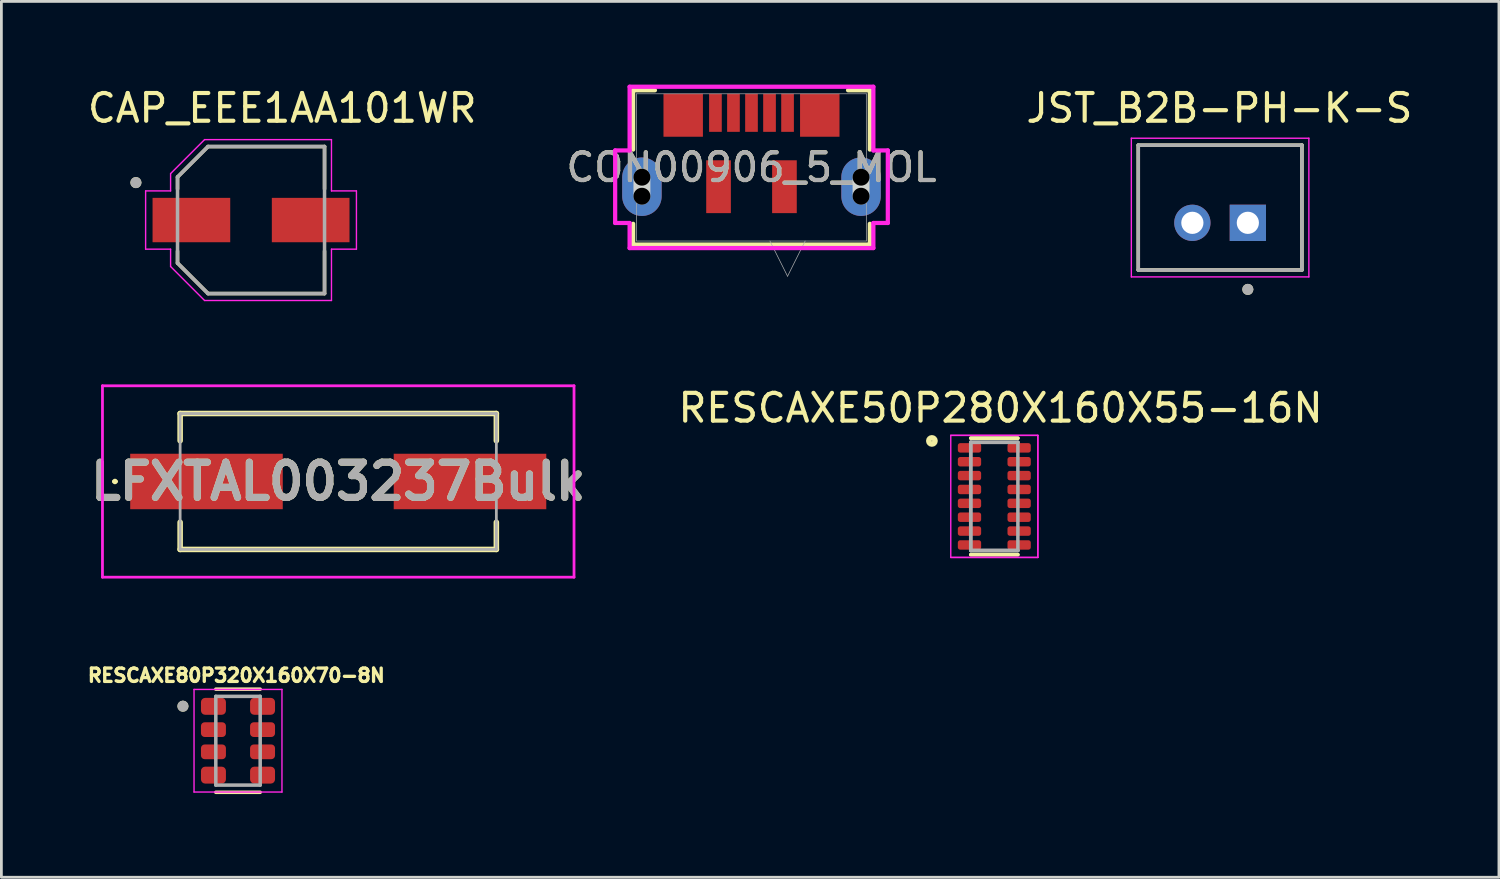
<source format=kicad_pcb>
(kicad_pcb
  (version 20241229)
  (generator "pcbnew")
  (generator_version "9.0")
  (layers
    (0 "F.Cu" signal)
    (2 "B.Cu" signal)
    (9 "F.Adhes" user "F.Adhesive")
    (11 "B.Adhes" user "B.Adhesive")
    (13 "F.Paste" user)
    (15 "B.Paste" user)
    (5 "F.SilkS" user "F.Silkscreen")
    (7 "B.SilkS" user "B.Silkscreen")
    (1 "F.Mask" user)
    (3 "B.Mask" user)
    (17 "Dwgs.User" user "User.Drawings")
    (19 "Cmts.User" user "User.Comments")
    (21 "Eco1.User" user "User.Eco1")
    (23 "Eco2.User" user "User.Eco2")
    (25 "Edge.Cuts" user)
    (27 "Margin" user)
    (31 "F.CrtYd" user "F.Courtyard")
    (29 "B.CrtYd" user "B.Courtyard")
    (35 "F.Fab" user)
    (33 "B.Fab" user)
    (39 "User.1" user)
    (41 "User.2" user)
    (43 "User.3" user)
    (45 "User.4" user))
  (footprint "LFXTAL003237Bulk"
    (layer "F.Cu")
    (at 9.144 14.308)
    (property "Reference" "LFXTAL003237Bulk" (at 0 0 0) (layer "F.SilkS") (effects (font (size 1.27 1.27) (thickness 0.254))))
    (attr smd)
    (fp_line (start -8.1 0) (end -8.1 0) (stroke (width 0.1) (type solid)) (layer "F.SilkS"))
    (fp_line (start -8 0) (end -8 0) (stroke (width 0.1) (type solid)) (layer "F.SilkS"))
    (fp_line (start -5.7 -2.45) (end 5.7 -2.45) (stroke (width 0.2) (type solid)) (layer "F.SilkS"))
    (fp_line (start -5.7 -1.47) (end -5.7 -2.45) (stroke (width 0.2) (type solid)) (layer "F.SilkS"))
    (fp_line (start -5.7 1.47) (end -5.7 2.45) (stroke (width 0.2) (type solid)) (layer "F.SilkS"))
    (fp_line (start -5.7 2.45) (end 5.7 2.45) (stroke (width 0.2) (type solid)) (layer "F.SilkS"))
    (fp_line (start 5.7 -2.45) (end 5.7 -1.47) (stroke (width 0.2) (type solid)) (layer "F.SilkS"))
    (fp_line (start 5.7 2.45) (end 5.7 1.47) (stroke (width 0.2) (type solid)) (layer "F.SilkS"))
    (fp_arc (start -8.1 0) (mid -8.05 -0.05) (end -8 0) (stroke (width 0.1) (type solid)) (layer "F.SilkS"))
    (fp_arc (start -8 0) (mid -8.05 0.05) (end -8.1 0) (stroke (width 0.1) (type solid)) (layer "F.SilkS"))
    (fp_line (start -8.5 -3.45) (end 8.5 -3.45) (stroke (width 0.1) (type solid)) (layer "F.CrtYd"))
    (fp_line (start -8.5 3.45) (end -8.5 -3.45) (stroke (width 0.1) (type solid)) (layer "F.CrtYd"))
    (fp_line (start 8.5 -3.45) (end 8.5 3.45) (stroke (width 0.1) (type solid)) (layer "F.CrtYd"))
    (fp_line (start 8.5 3.45) (end -8.5 3.45) (stroke (width 0.1) (type solid)) (layer "F.CrtYd"))
    (fp_line (start -5.7 -2.45) (end 5.7 -2.45) (stroke (width 0.1) (type solid)) (layer "F.Fab"))
    (fp_line (start -5.7 2.45) (end -5.7 -2.45) (stroke (width 0.1) (type solid)) (layer "F.Fab"))
    (fp_line (start 5.7 -2.45) (end 5.7 2.45) (stroke (width 0.1) (type solid)) (layer "F.Fab"))
    (fp_line (start 5.7 2.45) (end -5.7 2.45) (stroke (width 0.1) (type solid)) (layer "F.Fab"))
    (fp_text user "${REFERENCE}" (at 0 0 0) (layer "F.Fab") (effects (font (size 1.27 1.27) (thickness 0.254))))
    (pad "1" smd rect (at -4.75 0 90) (size 2 5.5) (layers "F.Cu" "F.Mask" "F.Paste"))
    (pad "2" smd rect (at 4.75 0 90) (size 2 5.5) (layers "F.Cu" "F.Mask" "F.Paste")))
  (footprint "JST_B2B-PH-K-S"
    (layer "F.Cu")
    (at 40.936 4.433)
    (property "Reference" "JST_B2B-PH-K-S" (at -0.025 -3.585 0) (layer "F.SilkS") (effects (font (size 1 1) (thickness 0.15))))
    (attr through_hole)
    (fp_line (start -2.95 -2.25) (end 2.95 -2.25) (stroke (width 0.127) (type solid)) (layer "F.SilkS"))
    (fp_line (start -2.95 2.25) (end -2.95 -2.25) (stroke (width 0.127) (type solid)) (layer "F.SilkS"))
    (fp_line (start 2.95 -2.25) (end 2.95 2.25) (stroke (width 0.127) (type solid)) (layer "F.SilkS"))
    (fp_line (start 2.95 2.25) (end -2.95 2.25) (stroke (width 0.127) (type solid)) (layer "F.SilkS"))
    (fp_circle (center 1 2.95) (end 1.1 2.95) (stroke (width 0.2) (type solid)) (fill no) (layer "F.SilkS"))
    (fp_line (start -3.2 -2.5) (end 3.2 -2.5) (stroke (width 0.05) (type solid)) (layer "F.CrtYd"))
    (fp_line (start -3.2 2.5) (end -3.2 -2.5) (stroke (width 0.05) (type solid)) (layer "F.CrtYd"))
    (fp_line (start 3.2 -2.5) (end 3.2 2.5) (stroke (width 0.05) (type solid)) (layer "F.CrtYd"))
    (fp_line (start 3.2 2.5) (end -3.2 2.5) (stroke (width 0.05) (type solid)) (layer "F.CrtYd"))
    (fp_line (start -2.95 -2.25) (end 2.95 -2.25) (stroke (width 0.127) (type solid)) (layer "F.Fab"))
    (fp_line (start -2.95 2.25) (end -2.95 -2.25) (stroke (width 0.127) (type solid)) (layer "F.Fab"))
    (fp_line (start 2.95 -2.25) (end 2.95 2.25) (stroke (width 0.127) (type solid)) (layer "F.Fab"))
    (fp_line (start 2.95 2.25) (end -2.95 2.25) (stroke (width 0.127) (type solid)) (layer "F.Fab"))
    (fp_circle (center 1 2.95) (end 1.1 2.95) (stroke (width 0.2) (type solid)) (fill no) (layer "F.Fab"))
    (pad "1" thru_hole rect (at 1 0.55) (size 1.308 1.308) (drill 0.8) (layers "*.Cu" "*.Mask"))
    (pad "2" thru_hole circle (at -1 0.55) (size 1.308 1.308) (drill 0.8) (layers "*.Cu" "*.Mask")))
  (footprint "CON00906_5_MOL"
    (layer "F.Cu")
    (at 24.042 2.985)
    (property "Reference" "CON00906_5_MOL" (at 0 0 0) (unlocked yes) (layer "F.SilkS") (effects (font (size 1 1) (thickness 0.15))))
    (attr smd)
    (fp_line (start -4.267 -2.781) (end -4.267 -0.642) (stroke (width 0.152) (type solid)) (layer "F.SilkS"))
    (fp_line (start -4.267 2.033) (end -4.267 2.781) (stroke (width 0.152) (type solid)) (layer "F.SilkS"))
    (fp_line (start -4.267 2.781) (end 4.267 2.781) (stroke (width 0.152) (type solid)) (layer "F.SilkS"))
    (fp_line (start -3.481 -2.781) (end -4.267 -2.781) (stroke (width 0.152) (type solid)) (layer "F.SilkS"))
    (fp_line (start 4.267 -2.781) (end 3.481 -2.781) (stroke (width 0.152) (type solid)) (layer "F.SilkS"))
    (fp_line (start 4.267 -0.642) (end 4.267 -2.781) (stroke (width 0.152) (type solid)) (layer "F.SilkS"))
    (fp_line (start 4.267 2.781) (end 4.267 2.033) (stroke (width 0.152) (type solid)) (layer "F.SilkS"))
    (fp_line (start -3.95 1.039) (end -3.95 0.353) (stroke (width 0.61) (type solid)) (layer "Edge.Cuts"))
    (fp_line (start 3.95 1.039) (end 3.95 0.353) (stroke (width 0.61) (type solid)) (layer "Edge.Cuts"))
    (fp_line (start -4.915 -0.612) (end -4.915 2.004) (stroke (width 0.152) (type solid)) (layer "F.CrtYd"))
    (fp_line (start -4.915 2.004) (end -4.394 2.004) (stroke (width 0.152) (type solid)) (layer "F.CrtYd"))
    (fp_line (start -4.394 -2.908) (end -4.394 -0.612) (stroke (width 0.152) (type solid)) (layer "F.CrtYd"))
    (fp_line (start -4.394 -0.612) (end -4.915 -0.612) (stroke (width 0.152) (type solid)) (layer "F.CrtYd"))
    (fp_line (start -4.394 2.004) (end -4.394 2.908) (stroke (width 0.152) (type solid)) (layer "F.CrtYd"))
    (fp_line (start -4.394 2.908) (end 4.394 2.908) (stroke (width 0.152) (type solid)) (layer "F.CrtYd"))
    (fp_line (start 4.394 -2.908) (end -4.394 -2.908) (stroke (width 0.152) (type solid)) (layer "F.CrtYd"))
    (fp_line (start 4.394 -0.612) (end 4.394 -2.908) (stroke (width 0.152) (type solid)) (layer "F.CrtYd"))
    (fp_line (start 4.394 2.004) (end 4.915 2.004) (stroke (width 0.152) (type solid)) (layer "F.CrtYd"))
    (fp_line (start 4.394 2.908) (end 4.394 2.004) (stroke (width 0.152) (type solid)) (layer "F.CrtYd"))
    (fp_line (start 4.915 -0.612) (end 4.394 -0.612) (stroke (width 0.152) (type solid)) (layer "F.CrtYd"))
    (fp_line (start 4.915 2.004) (end 4.915 -0.612) (stroke (width 0.152) (type solid)) (layer "F.CrtYd"))
    (fp_line (start -4.14 -2.654) (end -4.14 2.654) (stroke (width 0.025) (type solid)) (layer "F.Fab"))
    (fp_line (start -4.14 2.654) (end 4.14 2.654) (stroke (width 0.025) (type solid)) (layer "F.Fab"))
    (fp_line (start 0.665 2.654) (end 1.3 3.924) (stroke (width 0.025) (type solid)) (layer "F.Fab"))
    (fp_line (start 1.935 2.654) (end 1.3 3.924) (stroke (width 0.025) (type solid)) (layer "F.Fab"))
    (fp_line (start 4.14 -2.654) (end -4.14 -2.654) (stroke (width 0.025) (type solid)) (layer "F.Fab"))
    (fp_line (start 4.14 2.654) (end 4.14 -2.654) (stroke (width 0.025) (type solid)) (layer "F.Fab"))
    (fp_text user "${REFERENCE}" (at 0 0 0) (unlocked yes) (layer "F.Fab") (effects (font (size 1 1) (thickness 0.15))))
    (pad "" np_thru_hole circle (at -3.95 0.353) (size 0.61 0.61) (drill 0.61) (layers))
    (pad "" np_thru_hole circle (at -3.95 1.039) (size 0.61 0.61) (drill 0.61) (layers))
    (pad "" np_thru_hole circle (at 3.95 0.353) (size 0.61 0.61) (drill 0.61) (layers))
    (pad "" np_thru_hole circle (at 3.95 1.039) (size 0.61 0.61) (drill 0.61) (layers))
    (pad "1" smd rect (at 1.3 -1.968) (size 0.457 1.372) (layers "F.Cu" "F.Mask" "F.Paste"))
    (pad "2" smd rect (at 0.65 -1.968) (size 0.457 1.372) (layers "F.Cu" "F.Mask" "F.Paste"))
    (pad "3" smd rect (at 0 -1.968) (size 0.457 1.372) (layers "F.Cu" "F.Mask" "F.Paste"))
    (pad "4" smd rect (at -0.65 -1.968) (size 0.457 1.372) (layers "F.Cu" "F.Mask" "F.Paste"))
    (pad "5" smd rect (at -1.3 -1.968) (size 0.457 1.372) (layers "F.Cu" "F.Mask" "F.Paste"))
    (pad "6" smd rect (at -2.462 -1.88 90) (size 1.549 1.422) (layers "F.Cu" "F.Mask" "F.Paste"))
    (pad "7" smd rect (at 2.462 -1.88 90) (size 1.549 1.422) (layers "F.Cu" "F.Mask" "F.Paste"))
    (pad "8" smd rect (at -1.188 0.696) (size 0.889 1.905) (layers "F.Cu" "F.Mask" "F.Paste"))
    (pad "9" smd rect (at 1.188 0.696) (size 0.889 1.905) (layers "F.Cu" "F.Mask" "F.Paste"))
    (pad "10" thru_hole oval (at -3.95 0.696 90) (size 2.108 1.422) (drill 0.025) (layers "*.Cu" "*.Mask"))
    (pad "11" thru_hole oval (at 3.95 0.696 90) (size 2.108 1.422) (drill 0.025) (layers "*.Cu" "*.Mask")))
  (footprint "RESCAXE80P320X160X70-8N"
    (layer "F.Cu")
    (at 5.53 23.654)
    (property "Reference" "RESCAXE80P320X160X70-8N" (at -0.061 -2.355 180) (layer "F.SilkS") (effects (font (size 0.48 0.48) (thickness 0.15))))
    (attr smd)
    (fp_line (start -0.8 1.859) (end 0.8 1.859) (stroke (width 0.127) (type solid)) (layer "F.SilkS"))
    (fp_line (start 0.8 -1.859) (end -0.8 -1.859) (stroke (width 0.127) (type solid)) (layer "F.SilkS"))
    (fp_circle (center -1.985 -1.245) (end -1.885 -1.245) (stroke (width 0.2) (type solid)) (fill no) (layer "F.SilkS"))
    (fp_line (start -1.585 -1.85) (end -1.585 1.85) (stroke (width 0.05) (type solid)) (layer "F.CrtYd"))
    (fp_line (start -1.585 1.85) (end 1.585 1.85) (stroke (width 0.05) (type solid)) (layer "F.CrtYd"))
    (fp_line (start 1.585 -1.85) (end -1.585 -1.85) (stroke (width 0.05) (type solid)) (layer "F.CrtYd"))
    (fp_line (start 1.585 1.85) (end 1.585 -1.85) (stroke (width 0.05) (type solid)) (layer "F.CrtYd"))
    (fp_line (start -0.8 -1.6) (end -0.8 1.6) (stroke (width 0.127) (type solid)) (layer "F.Fab"))
    (fp_line (start -0.8 1.6) (end 0.8 1.6) (stroke (width 0.127) (type solid)) (layer "F.Fab"))
    (fp_line (start 0.8 -1.6) (end -0.8 -1.6) (stroke (width 0.127) (type solid)) (layer "F.Fab"))
    (fp_line (start 0.8 1.6) (end 0.8 -1.6) (stroke (width 0.127) (type solid)) (layer "F.Fab"))
    (fp_circle (center -1.985 -1.245) (end -1.885 -1.245) (stroke (width 0.2) (type solid)) (fill no) (layer "F.Fab"))
    (pad "1" smd roundrect (at -0.885 -1.24) (size 0.9 0.61) (layers "F.Cu" "F.Mask" "F.Paste") (roundrect_rratio 0.25))
    (pad "2" smd roundrect (at -0.885 -0.4) (size 0.9 0.53) (layers "F.Cu" "F.Mask" "F.Paste") (roundrect_rratio 0.25))
    (pad "3" smd roundrect (at -0.885 0.4) (size 0.9 0.53) (layers "F.Cu" "F.Mask" "F.Paste") (roundrect_rratio 0.25))
    (pad "4" smd roundrect (at -0.885 1.24) (size 0.9 0.61) (layers "F.Cu" "F.Mask" "F.Paste") (roundrect_rratio 0.25))
    (pad "5" smd roundrect (at 0.885 1.24) (size 0.9 0.61) (layers "F.Cu" "F.Mask" "F.Paste") (roundrect_rratio 0.25))
    (pad "6" smd roundrect (at 0.885 0.4) (size 0.9 0.53) (layers "F.Cu" "F.Mask" "F.Paste") (roundrect_rratio 0.25))
    (pad "7" smd roundrect (at 0.885 -0.4) (size 0.9 0.53) (layers "F.Cu" "F.Mask" "F.Paste") (roundrect_rratio 0.25))
    (pad "8" smd roundrect (at 0.885 -1.24) (size 0.9 0.61) (layers "F.Cu" "F.Mask" "F.Paste") (roundrect_rratio 0.25)))
  (footprint "CAP_EEE1AA101WR"
    (layer "F.Cu")
    (at 6 4.883)
    (property "Reference" "CAP_EEE1AA101WR" (at 1.125 -4.035 0) (layer "F.SilkS") (effects (font (size 1 1) (thickness 0.15))))
    (attr smd)
    (fp_line (start -2.65 -1.55) (end -2.65 -1.12) (stroke (width 0.127) (type solid)) (layer "F.SilkS"))
    (fp_line (start -2.65 1.12) (end -2.65 1.55) (stroke (width 0.127) (type solid)) (layer "F.SilkS"))
    (fp_line (start -2.65 1.55) (end -1.55 2.65) (stroke (width 0.127) (type solid)) (layer "F.SilkS"))
    (fp_line (start -1.55 -2.65) (end -2.65 -1.55) (stroke (width 0.127) (type solid)) (layer "F.SilkS"))
    (fp_line (start -1.55 2.65) (end 2.65 2.65) (stroke (width 0.127) (type solid)) (layer "F.SilkS"))
    (fp_line (start 2.65 -2.65) (end -1.55 -2.65) (stroke (width 0.127) (type solid)) (layer "F.SilkS"))
    (fp_line (start 2.65 -1.12) (end 2.65 -2.65) (stroke (width 0.127) (type solid)) (layer "F.SilkS"))
    (fp_line (start 2.65 2.65) (end 2.65 1.12) (stroke (width 0.127) (type solid)) (layer "F.SilkS"))
    (fp_circle (center -4.15 -1.35) (end -4.05 -1.35) (stroke (width 0.2) (type solid)) (fill no) (layer "F.SilkS"))
    (fp_line (start -3.8 -1.05) (end -2.9 -1.05) (stroke (width 0.05) (type solid)) (layer "F.CrtYd"))
    (fp_line (start -3.8 1.05) (end -3.8 -1.05) (stroke (width 0.05) (type solid)) (layer "F.CrtYd"))
    (fp_line (start -2.9 -1.675) (end -1.675 -2.9) (stroke (width 0.05) (type solid)) (layer "F.CrtYd"))
    (fp_line (start -2.9 -1.05) (end -2.9 -1.675) (stroke (width 0.05) (type solid)) (layer "F.CrtYd"))
    (fp_line (start -2.9 1.05) (end -3.8 1.05) (stroke (width 0.05) (type solid)) (layer "F.CrtYd"))
    (fp_line (start -2.9 1.675) (end -2.9 1.05) (stroke (width 0.05) (type solid)) (layer "F.CrtYd"))
    (fp_line (start -1.675 -2.9) (end 2.9 -2.9) (stroke (width 0.05) (type solid)) (layer "F.CrtYd"))
    (fp_line (start -1.675 2.9) (end -2.9 1.675) (stroke (width 0.05) (type solid)) (layer "F.CrtYd"))
    (fp_line (start 2.9 -2.9) (end 2.9 -1.05) (stroke (width 0.05) (type solid)) (layer "F.CrtYd"))
    (fp_line (start 2.9 -1.05) (end 3.8 -1.05) (stroke (width 0.05) (type solid)) (layer "F.CrtYd"))
    (fp_line (start 2.9 1.05) (end 2.9 2.9) (stroke (width 0.05) (type solid)) (layer "F.CrtYd"))
    (fp_line (start 2.9 2.9) (end -1.675 2.9) (stroke (width 0.05) (type solid)) (layer "F.CrtYd"))
    (fp_line (start 3.8 -1.05) (end 3.8 1.05) (stroke (width 0.05) (type solid)) (layer "F.CrtYd"))
    (fp_line (start 3.8 1.05) (end 2.9 1.05) (stroke (width 0.05) (type solid)) (layer "F.CrtYd"))
    (fp_line (start -2.65 -1.55) (end -2.65 1.55) (stroke (width 0.127) (type solid)) (layer "F.Fab"))
    (fp_line (start -2.65 1.55) (end -1.55 2.65) (stroke (width 0.127) (type solid)) (layer "F.Fab"))
    (fp_line (start -1.55 -2.65) (end -2.65 -1.55) (stroke (width 0.127) (type solid)) (layer "F.Fab"))
    (fp_line (start -1.55 2.65) (end 2.65 2.65) (stroke (width 0.127) (type solid)) (layer "F.Fab"))
    (fp_line (start 2.65 -2.65) (end -1.55 -2.65) (stroke (width 0.127) (type solid)) (layer "F.Fab"))
    (fp_line (start 2.65 2.65) (end 2.65 -2.65) (stroke (width 0.127) (type solid)) (layer "F.Fab"))
    (fp_circle (center -4.15 -1.35) (end -4.05 -1.35) (stroke (width 0.2) (type solid)) (fill no) (layer "F.Fab"))
    (pad "1" smd rect (at -2.15 0) (size 2.8 1.6) (layers "F.Cu" "F.Mask" "F.Paste"))
    (pad "2" smd rect (at 2.15 0) (size 2.8 1.6) (layers "F.Cu" "F.Mask" "F.Paste")))
  (footprint "RESCAXE50P280X160X55-16N"
    (layer "F.Cu")
    (at 32.796 14.846)
    (property "Reference" "RESCAXE50P280X160X55-16N" (at 0.225 -3.188 0) (layer "F.SilkS") (effects (font (size 1.001 1.001) (thickness 0.15))))
    (attr smd)
    (fp_line (start -0.85 -2.1) (end 0.85 -2.1) (stroke (width 0.127) (type solid)) (layer "F.SilkS"))
    (fp_line (start -0.85 2.1) (end 0.85 2.1) (stroke (width 0.127) (type solid)) (layer "F.SilkS"))
    (fp_line (start 0.85 -2.1) (end -0.85 -2.1) (stroke (width 0.127) (type solid)) (layer "F.SilkS"))
    (fp_line (start 0.85 2.1) (end -0.85 2.1) (stroke (width 0.127) (type solid)) (layer "F.SilkS"))
    (fp_circle (center -2.25 -2) (end -2.138 -2) (stroke (width 0.2) (type solid)) (fill no) (layer "F.SilkS"))
    (fp_line (start -1.57 -2.2) (end 1.57 -2.2) (stroke (width 0.05) (type solid)) (layer "F.CrtYd"))
    (fp_line (start -1.57 -2.2) (end 1.57 -2.2) (stroke (width 0.05) (type solid)) (layer "F.CrtYd"))
    (fp_line (start -1.57 2.2) (end -1.57 -2.2) (stroke (width 0.05) (type solid)) (layer "F.CrtYd"))
    (fp_line (start 1.57 -2.2) (end 1.57 2.2) (stroke (width 0.05) (type solid)) (layer "F.CrtYd"))
    (fp_line (start 1.57 -2.2) (end 1.57 2.2) (stroke (width 0.05) (type solid)) (layer "F.CrtYd"))
    (fp_line (start 1.57 2.2) (end -1.57 2.2) (stroke (width 0.05) (type solid)) (layer "F.CrtYd"))
    (fp_line (start 1.57 2.2) (end -1.57 2.2) (stroke (width 0.05) (type solid)) (layer "F.CrtYd"))
    (fp_line (start -0.85 -1.95) (end 0.85 -1.95) (stroke (width 0.127) (type solid)) (layer "F.Fab"))
    (fp_line (start -0.85 -1.95) (end 0.85 -1.95) (stroke (width 0.127) (type solid)) (layer "F.Fab"))
    (fp_line (start -0.85 1.95) (end -0.85 -1.95) (stroke (width 0.127) (type solid)) (layer "F.Fab"))
    (fp_line (start -0.85 1.95) (end -0.85 -1.95) (stroke (width 0.127) (type solid)) (layer "F.Fab"))
    (fp_line (start 0.85 -1.95) (end 0.85 1.95) (stroke (width 0.127) (type solid)) (layer "F.Fab"))
    (fp_line (start 0.85 1.95) (end -0.85 1.95) (stroke (width 0.127) (type solid)) (layer "F.Fab"))
    (fp_line (start 0.85 1.95) (end -0.85 1.95) (stroke (width 0.127) (type solid)) (layer "F.Fab"))
    (pad "1" smd roundrect (at -0.895 -1.75) (size 0.84 0.34) (layers "F.Cu" "F.Mask" "F.Paste") (roundrect_rratio 0.25))
    (pad "2" smd roundrect (at -0.895 -1.25) (size 0.84 0.34) (layers "F.Cu" "F.Mask" "F.Paste") (roundrect_rratio 0.25))
    (pad "3" smd roundrect (at -0.895 -0.75) (size 0.84 0.34) (layers "F.Cu" "F.Mask" "F.Paste") (roundrect_rratio 0.25))
    (pad "4" smd roundrect (at -0.895 -0.25) (size 0.84 0.34) (layers "F.Cu" "F.Mask" "F.Paste") (roundrect_rratio 0.25))
    (pad "5" smd roundrect (at -0.895 0.25) (size 0.84 0.34) (layers "F.Cu" "F.Mask" "F.Paste") (roundrect_rratio 0.25))
    (pad "6" smd roundrect (at -0.895 0.75) (size 0.84 0.34) (layers "F.Cu" "F.Mask" "F.Paste") (roundrect_rratio 0.25))
    (pad "7" smd roundrect (at -0.895 1.25) (size 0.84 0.34) (layers "F.Cu" "F.Mask" "F.Paste") (roundrect_rratio 0.25))
    (pad "8" smd roundrect (at -0.895 1.75) (size 0.84 0.34) (layers "F.Cu" "F.Mask" "F.Paste") (roundrect_rratio 0.25))
    (pad "9" smd roundrect (at 0.895 1.75) (size 0.84 0.34) (layers "F.Cu" "F.Mask" "F.Paste") (roundrect_rratio 0.25))
    (pad "10" smd roundrect (at 0.895 1.25) (size 0.84 0.34) (layers "F.Cu" "F.Mask" "F.Paste") (roundrect_rratio 0.25))
    (pad "11" smd roundrect (at 0.895 0.75) (size 0.84 0.34) (layers "F.Cu" "F.Mask" "F.Paste") (roundrect_rratio 0.25))
    (pad "12" smd roundrect (at 0.895 0.25) (size 0.84 0.34) (layers "F.Cu" "F.Mask" "F.Paste") (roundrect_rratio 0.25))
    (pad "13" smd roundrect (at 0.895 -0.25) (size 0.84 0.34) (layers "F.Cu" "F.Mask" "F.Paste") (roundrect_rratio 0.25))
    (pad "14" smd roundrect (at 0.895 -0.75) (size 0.84 0.34) (layers "F.Cu" "F.Mask" "F.Paste") (roundrect_rratio 0.25))
    (pad "15" smd roundrect (at 0.895 -1.25) (size 0.84 0.34) (layers "F.Cu" "F.Mask" "F.Paste") (roundrect_rratio 0.25))
    (pad "16" smd roundrect (at 0.895 -1.75) (size 0.84 0.34) (layers "F.Cu" "F.Mask" "F.Paste") (roundrect_rratio 0.25)))
  (gr_rect
    (start -3 -3)
    (end 50.988 28.577)
    (stroke (width 0.1) (type default))
    (fill no)
    (layer "Edge.Cuts")))
</source>
